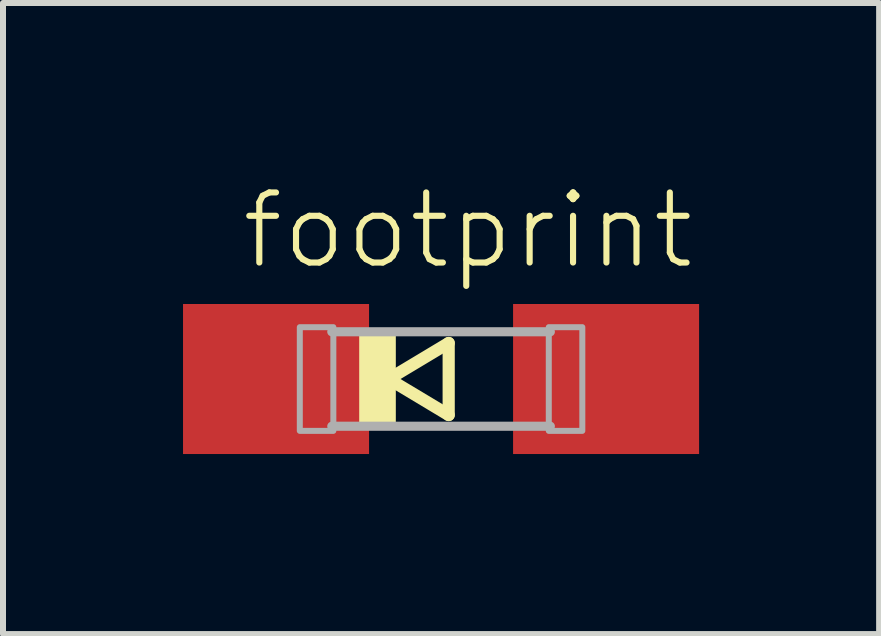
<source format=kicad_pcb>
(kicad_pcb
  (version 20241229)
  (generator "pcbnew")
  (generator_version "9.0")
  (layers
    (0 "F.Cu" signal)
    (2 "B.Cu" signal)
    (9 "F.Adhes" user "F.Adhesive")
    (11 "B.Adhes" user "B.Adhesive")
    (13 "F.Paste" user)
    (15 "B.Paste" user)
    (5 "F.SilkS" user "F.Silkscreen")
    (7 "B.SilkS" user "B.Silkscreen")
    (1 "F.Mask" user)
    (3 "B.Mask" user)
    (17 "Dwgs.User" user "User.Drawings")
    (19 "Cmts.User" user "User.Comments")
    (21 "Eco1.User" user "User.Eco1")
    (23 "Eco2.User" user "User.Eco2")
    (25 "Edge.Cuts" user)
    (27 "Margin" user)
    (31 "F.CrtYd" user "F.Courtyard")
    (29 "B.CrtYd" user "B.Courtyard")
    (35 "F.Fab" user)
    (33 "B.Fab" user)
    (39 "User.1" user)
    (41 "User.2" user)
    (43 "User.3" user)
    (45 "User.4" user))
  (footprint "footprint"
    (layer "F.Cu")
    (at 4.3 3.266)
    (property "Reference" "footprint" (at -3.374 -1.793 0) (layer "F.SilkS") (effects (font (size 1.168 1.168) (thickness 0.102)) (justify left bottom)))
    (fp_line (start -0.873 0) (end 0.127 0.6) (stroke (width 0.203) (type solid)) (layer "F.SilkS"))
    (fp_line (start 0.127 -0.6) (end -0.873 0) (stroke (width 0.203) (type solid)) (layer "F.SilkS"))
    (fp_line (start 0.127 0.6) (end 0.127 -0.6) (stroke (width 0.203) (type solid)) (layer "F.SilkS"))
    (fp_poly (pts (xy -1.364 0.787) (xy -0.754 0.787) (xy -0.754 -0.787) (xy -1.364 -0.787)) (stroke (width 0) (type solid)) (fill yes) (layer "F.SilkS"))
    (fp_line (start 1.821 -0.787) (end -1.821 -0.787) (stroke (width 0.152) (type solid)) (layer "F.Fab"))
    (fp_line (start 1.821 0.787) (end -1.821 0.787) (stroke (width 0.152) (type solid)) (layer "F.Fab"))
    (fp_poly (pts (xy -2.354 0.864) (xy -1.795 0.864) (xy -1.795 -0.864) (xy -2.354 -0.864)) (stroke (width 0.1) (type solid)) (fill no) (layer "F.Fab"))
    (fp_poly (pts (xy 1.795 0.864) (xy 2.354 0.864) (xy 2.354 -0.864) (xy 1.795 -0.864)) (stroke (width 0.1) (type solid)) (fill no) (layer "F.Fab"))
    (pad "A" smd rect (at 2.75 0) (size 3.1 2.5) (layers "F.Cu" "F.Mask" "F.Paste"))
    (pad "C" smd rect (at -2.75 0) (size 3.1 2.5) (layers "F.Cu" "F.Mask" "F.Paste")))
  (gr_rect
    (start -3 -3)
    (end 11.6 7.516)
    (stroke (width 0.1) (type default))
    (fill no)
    (layer "Edge.Cuts")))
</source>
